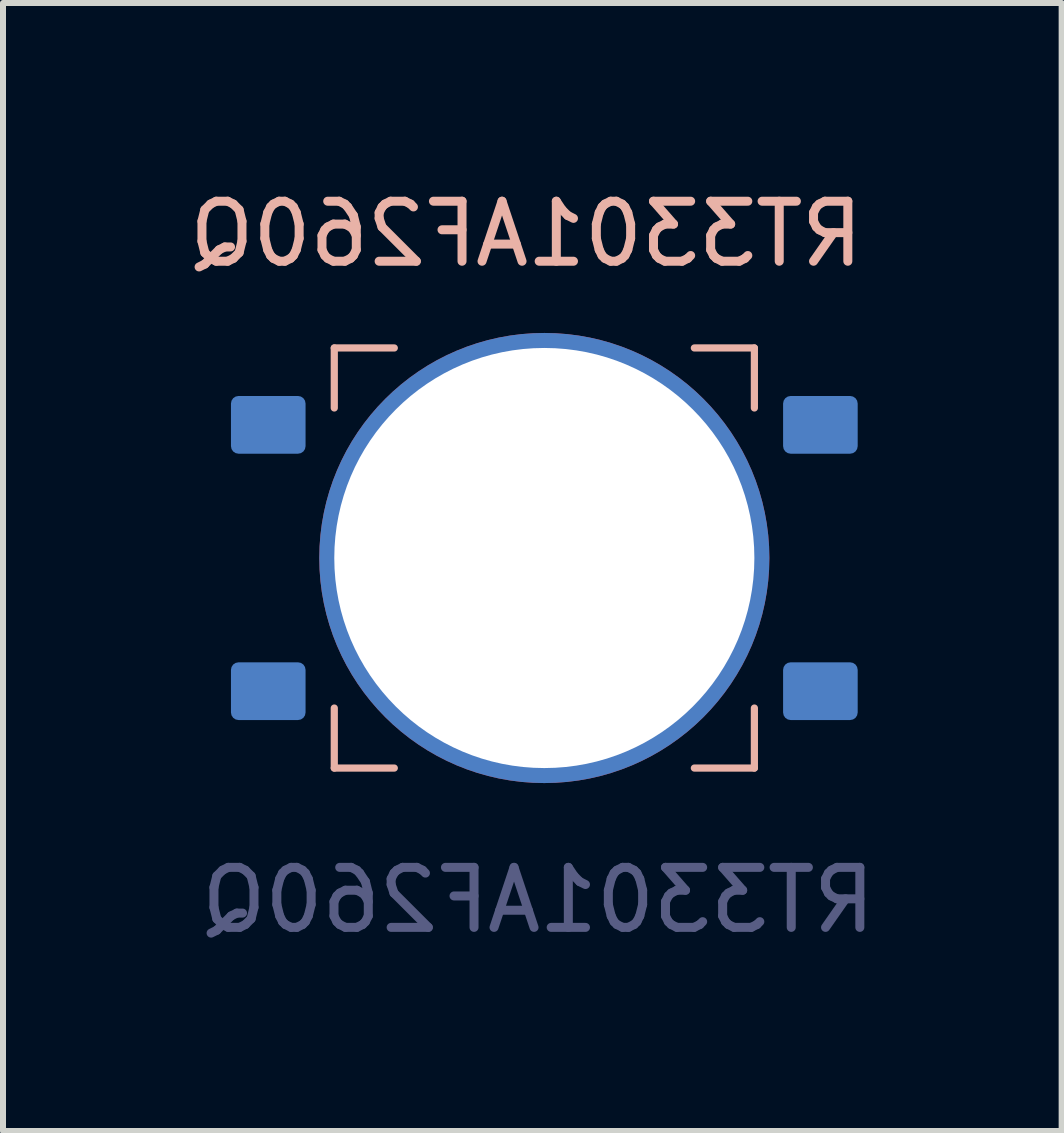
<source format=kicad_pcb>
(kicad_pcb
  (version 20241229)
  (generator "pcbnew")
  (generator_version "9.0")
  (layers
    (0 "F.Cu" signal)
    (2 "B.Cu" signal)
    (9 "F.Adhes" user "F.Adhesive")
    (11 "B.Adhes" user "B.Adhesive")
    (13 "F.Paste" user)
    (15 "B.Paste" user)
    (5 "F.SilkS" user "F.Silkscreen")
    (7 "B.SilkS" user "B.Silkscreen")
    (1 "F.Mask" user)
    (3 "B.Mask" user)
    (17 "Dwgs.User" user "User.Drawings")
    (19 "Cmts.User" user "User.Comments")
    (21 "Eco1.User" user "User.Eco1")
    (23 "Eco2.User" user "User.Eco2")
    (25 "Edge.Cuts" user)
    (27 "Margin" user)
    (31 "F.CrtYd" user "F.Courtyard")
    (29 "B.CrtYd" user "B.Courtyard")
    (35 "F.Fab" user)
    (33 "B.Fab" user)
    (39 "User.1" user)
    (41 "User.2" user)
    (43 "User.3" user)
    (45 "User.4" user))
  (footprint "RT3301AF260Q"
    (layer "F.Cu")
    (at 6.02 6.248)
    (property "Reference" "RT3301AF260Q" (at -0.3 -5.4 0) (unlocked yes) (layer "B.SilkS") (effects (font (size 1 1) (thickness 0.15)) (justify mirror)))
    (attr smd)
    (fp_line (start -3.5 -3.5) (end -3.5 -2.5) (stroke (width 0.12) (type default)) (layer "B.SilkS"))
    (fp_line (start -3.5 2.5) (end -3.5 3.5) (stroke (width 0.12) (type default)) (layer "B.SilkS"))
    (fp_line (start -3.5 3.5) (end -2.5 3.5) (stroke (width 0.12) (type default)) (layer "B.SilkS"))
    (fp_line (start -2.5 -3.5) (end -3.5 -3.5) (stroke (width 0.12) (type default)) (layer "B.SilkS"))
    (fp_line (start 2.5 3.5) (end 3.5 3.5) (stroke (width 0.12) (type default)) (layer "B.SilkS"))
    (fp_line (start 3.5 -3.5) (end 2.5 -3.5) (stroke (width 0.12) (type default)) (layer "B.SilkS"))
    (fp_line (start 3.5 -2.5) (end 3.5 -3.5) (stroke (width 0.12) (type default)) (layer "B.SilkS"))
    (fp_line (start 3.5 3.5) (end 3.5 2.5) (stroke (width 0.12) (type default)) (layer "B.SilkS"))
    (fp_text user "${REFERENCE}" (at -0.1 5.7 0) (unlocked yes) (layer "B.Fab") (effects (font (size 1 1) (thickness 0.15)) (justify mirror)))
    (pad "" np_thru_hole circle (at 0 0) (size 7.5 7.5) (drill 7) (layers "*.Cu" "*.Mask"))
    (pad "1" smd roundrect (at -4.6 2.219) (size 1.243 0.962) (layers "B.Cu" "B.Mask" "B.Paste") (roundrect_rratio 0.131))
    (pad "1" smd roundrect (at 4.6 2.219) (size 1.243 0.962) (layers "B.Cu" "B.Mask" "B.Paste") (roundrect_rratio 0.131))
    (pad "2" smd roundrect (at -4.6 -2.219) (size 1.243 0.962) (layers "B.Cu" "B.Mask" "B.Paste") (roundrect_rratio 0.131))
    (pad "2" smd roundrect (at 4.6 -2.219) (size 1.243 0.962) (layers "B.Cu" "B.Mask" "B.Paste") (roundrect_rratio 0.131)))
  (gr_rect
    (start -3 -3)
    (end 14.64 15.796)
    (stroke (width 0.1) (type default))
    (fill no)
    (layer "Edge.Cuts")))
</source>
